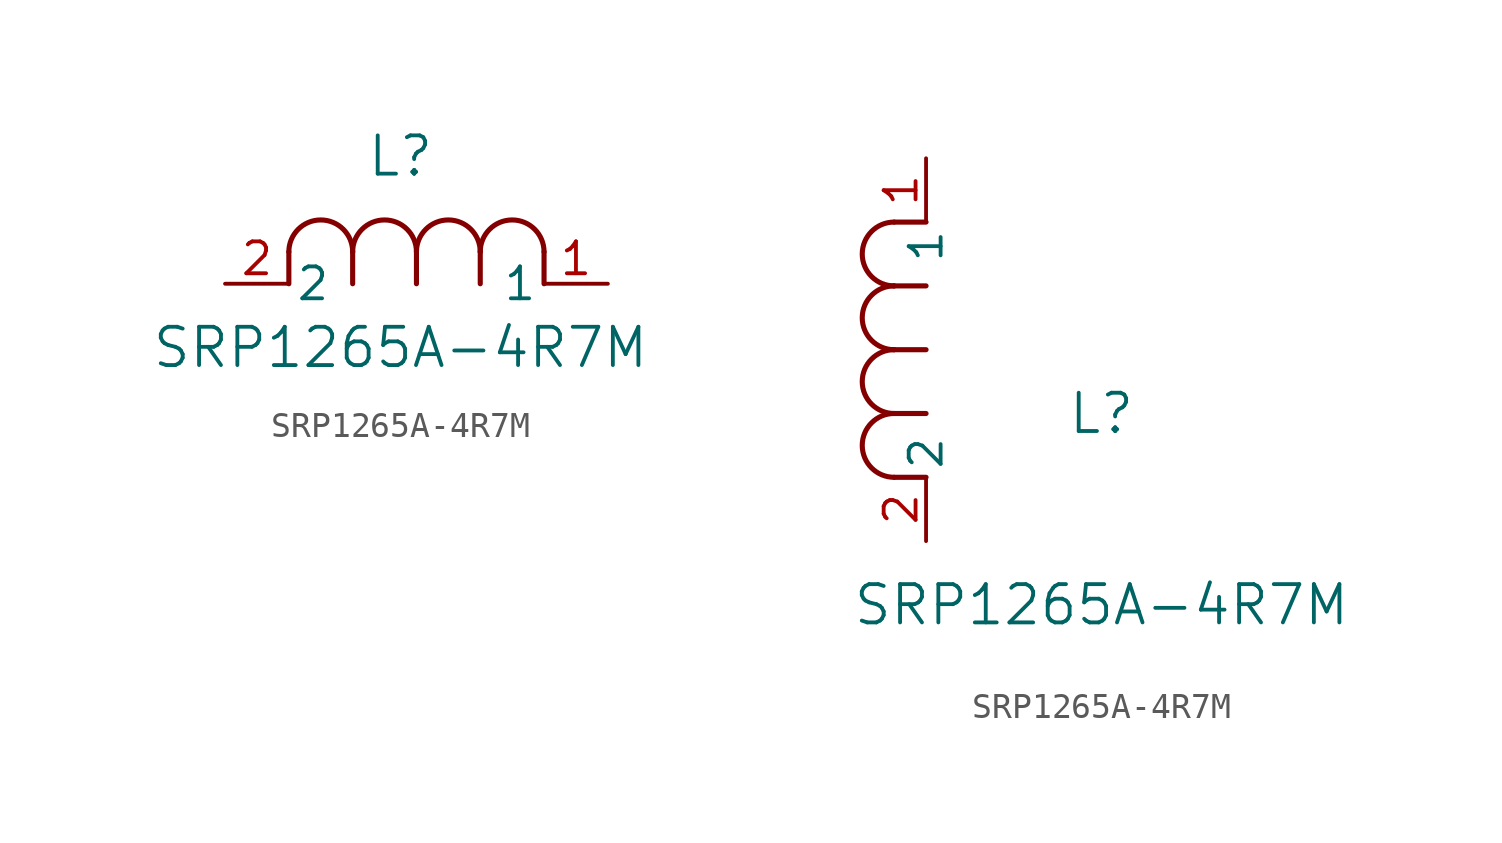
<source format=kicad_sym>
(kicad_symbol_lib
  (version 20211014)
  (generator kicad_symbol_editor)
  (symbol "SRP1265A-4R7M"
    (pin_names
      (offset 0.254))
    (property "Reference" "L"
      (at 6.985 5.08 0)
      (effects (font (size 1.524 1.524))))
    (property "Value" "SRP1265A-4R7M"
      (at 6.985 -2.54 0)
      (effects (font (size 1.524 1.524))))
    (symbol "SRP1265A-4R7M_1_1"
      (arc (start 7.62 1.27) (mid 6.35 2.54) (end 5.08 1.27) (stroke (width 0.2032) (type default) (color 0 0 0 0)) (fill (type none)))
      (polyline (pts (xy 5.08 0) (xy 5.08 1.27)) (stroke (width 0.203) (type default) (color 0 0 0 0)) (fill (type none)))
      (polyline (pts (xy 7.62 0) (xy 7.62 1.27)) (stroke (width 0.203) (type default) (color 0 0 0 0)) (fill (type none)))
      (polyline (pts (xy 12.7 0) (xy 12.7 1.27)) (stroke (width 0.203) (type default) (color 0 0 0 0)) (fill (type none)))
      (arc (start 5.08 1.27) (mid 3.81 2.54) (end 2.54 1.27) (stroke (width 0.2032) (type default) (color 0 0 0 0)) (fill (type none)))
      (arc (start 10.16 1.27) (mid 8.89 2.54) (end 7.62 1.27) (stroke (width 0.2032) (type default) (color 0 0 0 0)) (fill (type none)))
      (arc (start 12.7 1.27) (mid 11.43 2.54) (end 10.16 1.27) (stroke (width 0.2032) (type default) (color 0 0 0 0)) (fill (type none)))
      (polyline (pts (xy 2.54 0) (xy 2.54 1.27)) (stroke (width 0.203) (type default) (color 0 0 0 0)) (fill (type none)))
      (polyline (pts (xy 10.16 0) (xy 10.16 1.27)) (stroke (width 0.203) (type default) (color 0 0 0 0)) (fill (type none)))
      (pin unspecified line (at 0 0 0) (length 2.54) (name "2" (effects (font (size 1.27 1.27)))) (number "2" (effects (font (size 1.27 1.27)))))
      (pin unspecified line (at 15.24 0 180) (length 2.54) (name "1" (effects (font (size 1.27 1.27)))) (number "1" (effects (font (size 1.27 1.27))))))
    (symbol "SRP1265A-4R7M_1_2"
      (arc (start -1.27 7.62) (mid -2.54 6.35) (end -1.27 5.08) (stroke (width 0.2032) (type default) (color 0 0 0 0)) (fill (type none)))
      (arc (start -1.27 5.08) (mid -2.54 3.81) (end -1.27 2.54) (stroke (width 0.2032) (type default) (color 0 0 0 0)) (fill (type none)))
      (arc (start -1.27 12.7) (mid -2.54 11.43) (end -1.27 10.16) (stroke (width 0.2032) (type default) (color 0 0 0 0)) (fill (type none)))
      (arc (start -1.27 10.16) (mid -2.54 8.89) (end -1.27 7.62) (stroke (width 0.2032) (type default) (color 0 0 0 0)) (fill (type none)))
      (polyline (pts (xy 0 7.62) (xy -1.27 7.62)) (stroke (width 0.203) (type default) (color 0 0 0 0)) (fill (type none)))
      (polyline (pts (xy 0 5.08) (xy -1.27 5.08)) (stroke (width 0.203) (type default) (color 0 0 0 0)) (fill (type none)))
      (polyline (pts (xy 0 12.7) (xy -1.27 12.7)) (stroke (width 0.203) (type default) (color 0 0 0 0)) (fill (type none)))
      (polyline (pts (xy 0 2.54) (xy -1.27 2.54)) (stroke (width 0.203) (type default) (color 0 0 0 0)) (fill (type none)))
      (polyline (pts (xy 0 10.16) (xy -1.27 10.16)) (stroke (width 0.203) (type default) (color 0 0 0 0)) (fill (type none)))
      (pin unspecified line (at 0 0 90) (length 2.54) (name "2" (effects (font (size 1.27 1.27)))) (number "2" (effects (font (size 1.27 1.27)))))
      (pin unspecified line (at 0 15.24 270) (length 2.54) (name "1" (effects (font (size 1.27 1.27)))) (number "1" (effects (font (size 1.27 1.27))))))))
</source>
